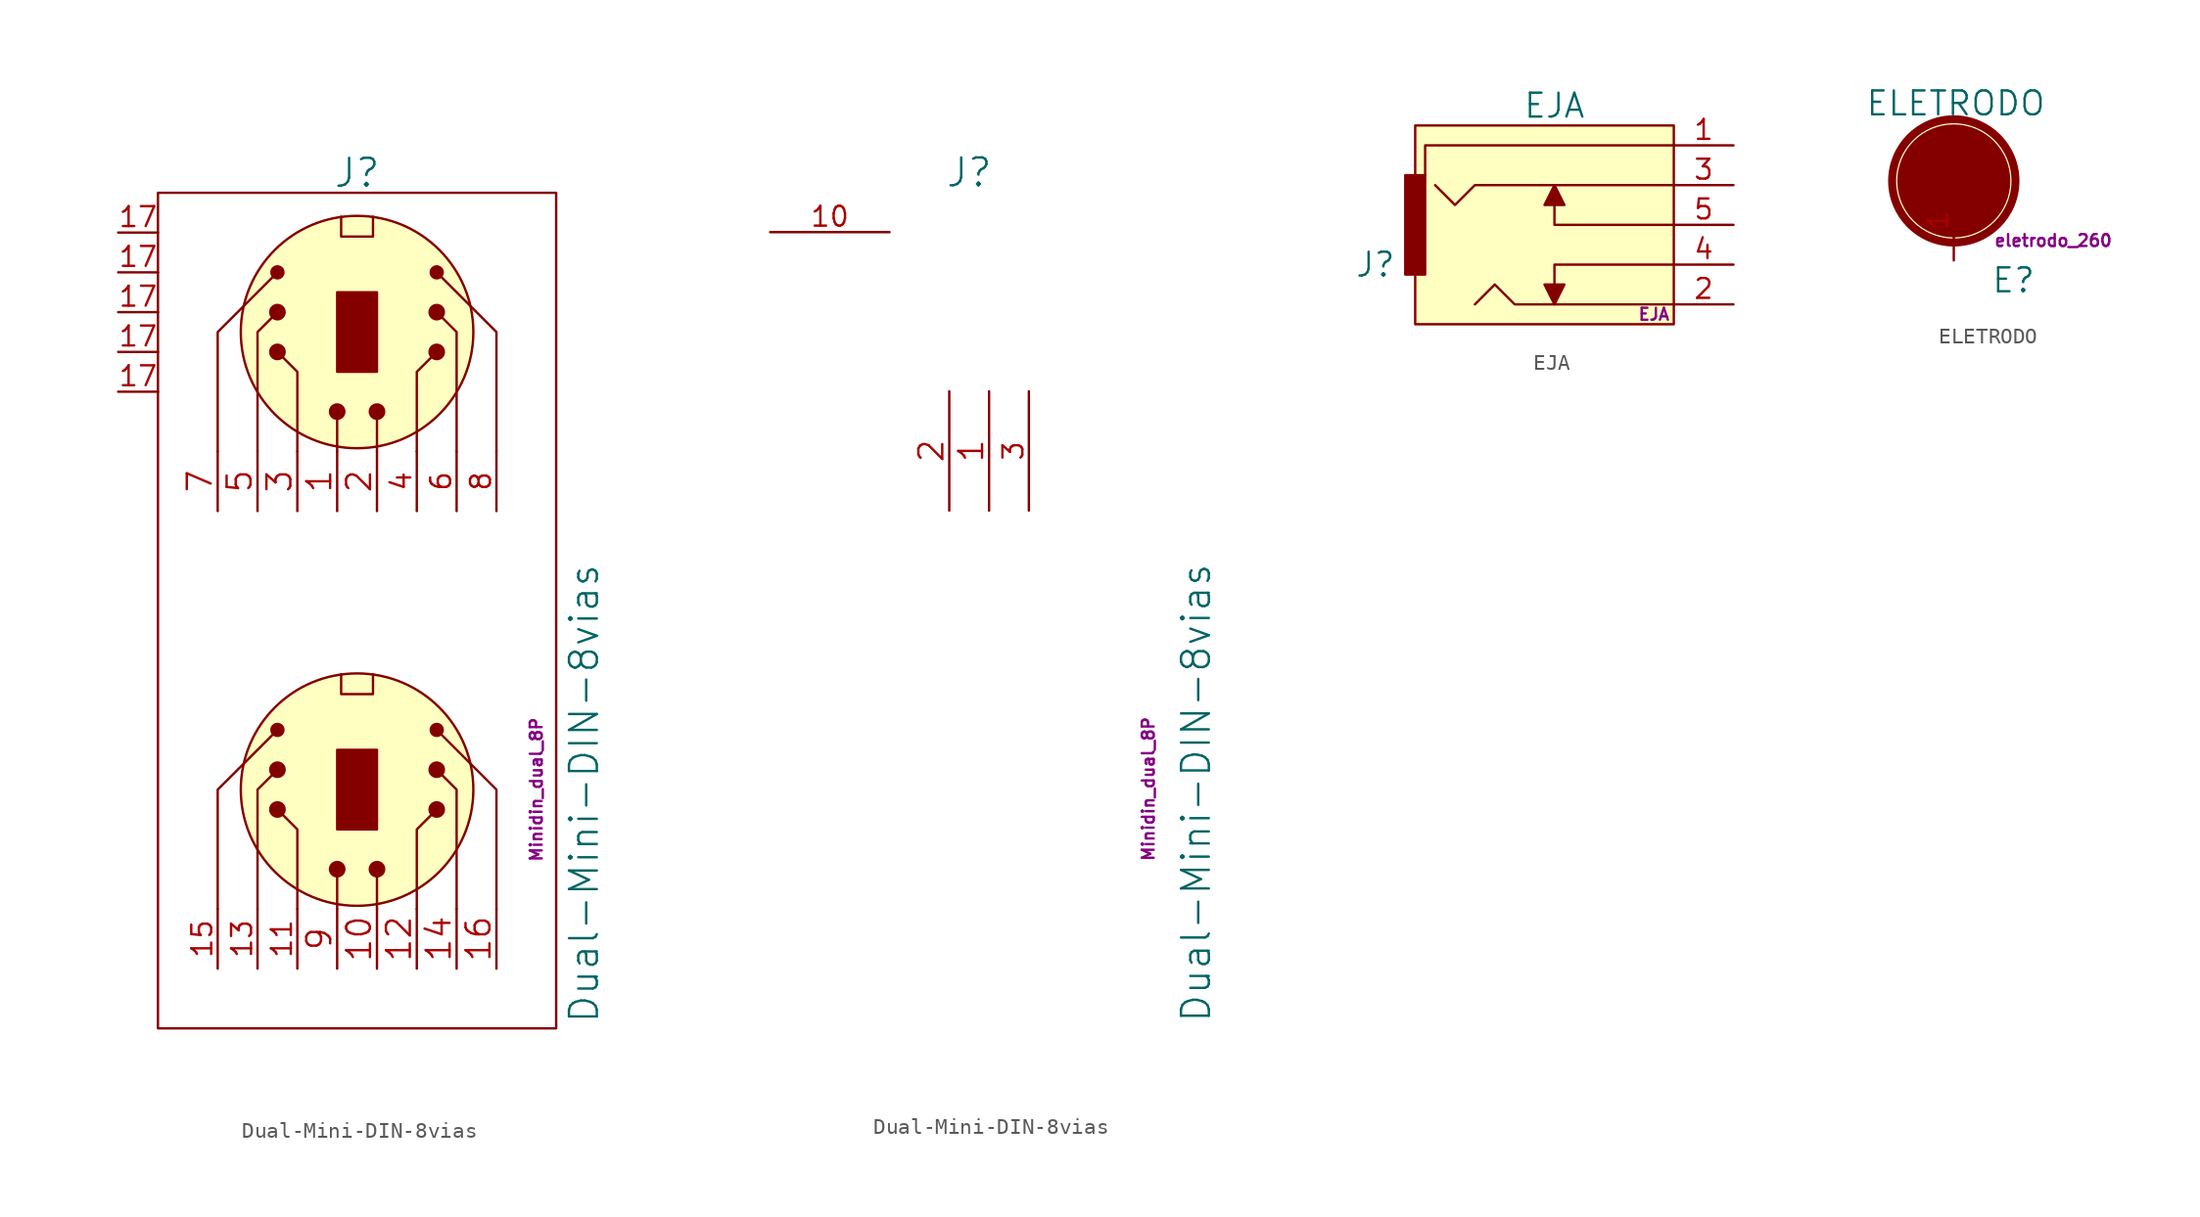
<source format=kicad_sym>
(kicad_symbol_lib
  (version 20220914)
  (generator kicad_symbol_editor)
  (symbol "Dual-Mini-DIN-8vias"
    (pin_names
      (offset 1.016) hide)
    (property "Reference" "J"
      (at 0 26.67 0)
      (effects (font (size 1.778 1.778))))
    (property "Value" "Dual-Mini-DIN-8vias"
      (at 14.478 -12.954 90)
      (effects (font (size 1.778 1.778))))
    (property "Footprint" "Minidin_dual_8P"
      (at 11.43 -12.7 90)
      (effects (font (size 0.762 0.762))))
    (property "Datasheet" ""
      (at 0 0 0)
      (effects (font (size 1.524 1.524))))
    (symbol "Dual-Mini-DIN-8vias_0_1"
      (rectangle (start -12.7 25.4) (end 12.7 -27.94) (stroke (width 0) (type default)) (fill (type none)))
      (circle (center -5.08 -13.97) (radius 0.457) (stroke (width 0) (type default)) (fill (type outline)))
      (circle (center -5.08 -11.43) (radius 0.457) (stroke (width 0) (type default)) (fill (type outline)))
      (circle (center -5.08 -8.89) (radius 0.381) (stroke (width 0) (type default)) (fill (type outline)))
      (circle (center -5.08 15.24) (radius 0.457) (stroke (width 0) (type default)) (fill (type outline)))
      (circle (center -5.08 17.78) (radius 0.457) (stroke (width 0) (type default)) (fill (type outline)))
      (circle (center -5.08 20.32) (radius 0.381) (stroke (width 0) (type default)) (fill (type outline)))
      (circle (center -1.27 -17.78) (radius 0.457) (stroke (width 0) (type default)) (fill (type outline)))
      (rectangle (start -1.27 -10.16) (end 1.27 -15.24) (stroke (width 0) (type default)) (fill (type outline)))
      (circle (center -1.27 11.43) (radius 0.457) (stroke (width 0) (type default)) (fill (type outline)))
      (rectangle (start -1.27 19.05) (end 1.27 13.97) (stroke (width 0) (type default)) (fill (type outline)))
      (circle (center 0 -12.7) (radius 7.417) (stroke (width 0) (type default)) (fill (type background)))
      (polyline (pts (xy -1.27 -20.32) (xy -1.27 -17.78)) (stroke (width 0) (type default)) (fill (type none)))
      (polyline (pts (xy -1.27 8.89) (xy -1.27 11.43)) (stroke (width 0) (type default)) (fill (type none)))
      (polyline (pts (xy 1.27 -20.32) (xy 1.27 -17.78)) (stroke (width 0) (type default)) (fill (type none)))
      (polyline (pts (xy 1.27 8.89) (xy 1.27 11.43)) (stroke (width 0) (type default)) (fill (type none)))
      (polyline (pts (xy -6.35 -20.32) (xy -6.35 -12.7) (xy -5.08 -11.43)) (stroke (width 0) (type default)) (fill (type none)))
      (polyline (pts (xy -6.35 8.89) (xy -6.35 16.51) (xy -5.08 17.78)) (stroke (width 0) (type default)) (fill (type none)))
      (polyline (pts (xy -5.08 -8.89) (xy -8.89 -12.7) (xy -8.89 -20.32)) (stroke (width 0) (type default)) (fill (type none)))
      (polyline (pts (xy -5.08 20.32) (xy -8.89 16.51) (xy -8.89 8.89)) (stroke (width 0) (type default)) (fill (type none)))
      (polyline (pts (xy -3.81 -20.32) (xy -3.81 -15.24) (xy -5.08 -13.97)) (stroke (width 0) (type default)) (fill (type none)))
      (polyline (pts (xy -3.81 8.89) (xy -3.81 13.97) (xy -5.08 15.24)) (stroke (width 0) (type default)) (fill (type none)))
      (polyline (pts (xy 3.81 -20.32) (xy 3.81 -15.24) (xy 5.08 -13.97)) (stroke (width 0) (type default)) (fill (type none)))
      (polyline (pts (xy 3.81 8.89) (xy 3.81 13.97) (xy 5.08 15.24)) (stroke (width 0) (type default)) (fill (type none)))
      (polyline (pts (xy 5.08 -8.89) (xy 8.89 -12.7) (xy 8.89 -20.32)) (stroke (width 0) (type default)) (fill (type none)))
      (polyline (pts (xy 5.08 20.32) (xy 8.89 16.51) (xy 8.89 8.89)) (stroke (width 0) (type default)) (fill (type none)))
      (polyline (pts (xy 6.35 -20.32) (xy 6.35 -12.7) (xy 5.08 -11.43)) (stroke (width 0) (type default)) (fill (type none)))
      (polyline (pts (xy 6.35 8.89) (xy 6.35 16.51) (xy 5.08 17.78)) (stroke (width 0) (type default)) (fill (type none)))
      (polyline (pts (xy -1.016 -5.334) (xy -1.016 -6.604) (xy 1.016 -6.604) (xy 1.016 -5.334)) (stroke (width 0) (type default)) (fill (type none)))
      (polyline (pts (xy -1.016 23.876) (xy -1.016 22.606) (xy 1.016 22.606) (xy 1.016 23.876)) (stroke (width 0) (type default)) (fill (type none)))
      (circle (center 0 16.51) (radius 7.417) (stroke (width 0) (type default)) (fill (type background)))
      (circle (center 1.27 -17.78) (radius 0.457) (stroke (width 0) (type default)) (fill (type outline)))
      (circle (center 1.27 11.43) (radius 0.457) (stroke (width 0) (type default)) (fill (type outline)))
      (circle (center 5.08 -13.97) (radius 0.457) (stroke (width 0) (type default)) (fill (type outline)))
      (circle (center 5.08 -11.43) (radius 0.457) (stroke (width 0) (type default)) (fill (type outline)))
      (circle (center 5.08 -8.89) (radius 0.381) (stroke (width 0) (type default)) (fill (type outline)))
      (circle (center 5.08 15.24) (radius 0.457) (stroke (width 0) (type default)) (fill (type outline)))
      (circle (center 5.08 17.78) (radius 0.457) (stroke (width 0) (type default)) (fill (type outline)))
      (circle (center 5.08 20.32) (radius 0.381) (stroke (width 0) (type default)) (fill (type outline))))
    (symbol "Dual-Mini-DIN-8vias_1_1"
      (pin bidirectional line (at -1.27 5.08 90) (length 3.81) (name "~" (effects (font (size 1.524 1.524)))) (number "1" (effects (font (size 1.524 1.524)))))
      (pin bidirectional line (at 1.27 -24.13 90) (length 3.81) (name "~" (effects (font (size 1.524 1.524)))) (number "10" (effects (font (size 1.524 1.524)))))
      (pin input line (at -3.81 -24.13 90) (length 3.81) (name "~" (effects (font (size 1.27 1.27)))) (number "11" (effects (font (size 1.27 1.27)))))
      (pin bidirectional line (at 3.81 -24.13 90) (length 3.81) (name "~" (effects (font (size 1.524 1.524)))) (number "12" (effects (font (size 1.524 1.524)))))
      (pin input line (at -6.35 -24.13 90) (length 3.81) (name "~" (effects (font (size 1.27 1.27)))) (number "13" (effects (font (size 1.27 1.27)))))
      (pin bidirectional line (at 6.35 -24.13 90) (length 3.81) (name "~" (effects (font (size 1.524 1.524)))) (number "14" (effects (font (size 1.524 1.524)))))
      (pin input line (at -8.89 -24.13 90) (length 3.81) (name "~" (effects (font (size 1.27 1.27)))) (number "15" (effects (font (size 1.27 1.27)))))
      (pin bidirectional line (at 8.89 -24.13 90) (length 3.81) (name "~" (effects (font (size 1.524 1.524)))) (number "16" (effects (font (size 1.524 1.524)))))
      (pin input line (at -15.24 12.7 0) (length 2.54) (name "S" (effects (font (size 1.27 1.27)))) (number "17" (effects (font (size 1.27 1.27)))))
      (pin input line (at -15.24 15.24 0) (length 2.54) (name "S" (effects (font (size 1.27 1.27)))) (number "17" (effects (font (size 1.27 1.27)))))
      (pin input line (at -15.24 17.78 0) (length 2.54) (name "S" (effects (font (size 1.27 1.27)))) (number "17" (effects (font (size 1.27 1.27)))))
      (pin input line (at -15.24 20.32 0) (length 2.54) (name "S" (effects (font (size 1.27 1.27)))) (number "17" (effects (font (size 1.27 1.27)))))
      (pin input line (at -15.24 22.86 0) (length 2.54) (name "S" (effects (font (size 1.27 1.27)))) (number "17" (effects (font (size 1.27 1.27)))))
      (pin bidirectional line (at 1.27 5.08 90) (length 3.81) (name "~" (effects (font (size 1.524 1.524)))) (number "2" (effects (font (size 1.524 1.524)))))
      (pin bidirectional line (at -3.81 5.08 90) (length 3.81) (name "~" (effects (font (size 1.524 1.524)))) (number "3" (effects (font (size 1.524 1.524)))))
      (pin input line (at 3.81 5.08 90) (length 3.81) (name "~" (effects (font (size 1.27 1.27)))) (number "4" (effects (font (size 1.27 1.27)))))
      (pin bidirectional line (at -6.35 5.08 90) (length 3.81) (name "~" (effects (font (size 1.524 1.524)))) (number "5" (effects (font (size 1.524 1.524)))))
      (pin input line (at 6.35 5.08 90) (length 3.81) (name "~" (effects (font (size 1.27 1.27)))) (number "6" (effects (font (size 1.27 1.27)))))
      (pin bidirectional line (at -8.89 5.08 90) (length 3.81) (name "~" (effects (font (size 1.524 1.524)))) (number "7" (effects (font (size 1.524 1.524)))))
      (pin input line (at 8.89 5.08 90) (length 3.81) (name "~" (effects (font (size 1.27 1.27)))) (number "8" (effects (font (size 1.27 1.27)))))
      (pin bidirectional line (at -1.27 -24.13 90) (length 3.81) (name "~" (effects (font (size 1.524 1.524)))) (number "9" (effects (font (size 1.524 1.524))))))
    (symbol "Dual-Mini-DIN-8vias_1_2"
      (pin bidirectional line (at 1.27 5.08 90) (length 7.62) (name "~" (effects (font (size 1.524 1.524)))) (number "1" (effects (font (size 1.524 1.524)))))
      (pin input line (at -12.7 22.86 0) (length 7.62) (name "S" (effects (font (size 1.27 1.27)))) (number "10" (effects (font (size 1.27 1.27)))))
      (pin bidirectional line (at -1.27 5.08 90) (length 7.62) (name "~" (effects (font (size 1.524 1.524)))) (number "2" (effects (font (size 1.524 1.524)))))
      (pin input line (at 3.81 5.08 90) (length 7.62) (name "~" (effects (font (size 1.27 1.27)))) (number "3" (effects (font (size 1.27 1.27)))))))
  (symbol "EJA"
    (pin_names
      (offset 1.016))
    (property "Reference" "J"
      (at -11.43 -2.54 0)
      (effects (font (size 1.524 1.524))))
    (property "Value" "EJA"
      (at 0 7.62 0)
      (effects (font (size 1.524 1.524))))
    (property "Footprint" "EJA"
      (at 6.35 -5.715 0)
      (effects (font (size 0.762 0.762))))
    (property "Datasheet" ""
      (at 0 2.54 0)
      (effects (font (size 1.524 1.524))))
    (symbol "EJA_0_1"
      (rectangle (start -9.525 3.175) (end -8.255 -3.175) (stroke (width 0) (type default)) (fill (type outline)))
      (polyline (pts (xy -8.255 3.175) (xy -8.255 5.08) (xy 7.62 5.08)) (stroke (width 0) (type default)) (fill (type none)))
      (polyline (pts (xy 7.62 -2.54) (xy 0 -2.54) (xy 0 -3.81)) (stroke (width 0) (type default)) (fill (type none)))
      (polyline (pts (xy 7.62 0) (xy 0 0) (xy 0 1.27)) (stroke (width 0) (type default)) (fill (type none)))
      (polyline (pts (xy 0 -5.08) (xy -0.635 -3.81) (xy 0.635 -3.81) (xy 0 -5.08)) (stroke (width 0) (type default)) (fill (type outline)))
      (polyline (pts (xy 0 2.54) (xy -0.635 1.27) (xy 0.635 1.27) (xy 0 2.54)) (stroke (width 0) (type default)) (fill (type outline)))
      (polyline (pts (xy 7.62 -5.08) (xy -2.54 -5.08) (xy -3.81 -3.81) (xy -5.08 -5.08)) (stroke (width 0) (type default)) (fill (type none)))
      (polyline (pts (xy 7.62 2.54) (xy -5.08 2.54) (xy -6.35 1.27) (xy -7.62 2.54)) (stroke (width 0) (type default)) (fill (type none)))
      (rectangle (start 7.62 6.35) (end -8.89 -6.35) (stroke (width 0) (type default)) (fill (type background))))
    (symbol "EJA_1_1"
      (pin passive line (at 11.43 5.08 180) (length 3.81) (name "~" (effects (font (size 1.27 1.27)))) (number "1" (effects (font (size 1.27 1.27)))))
      (pin passive line (at 11.43 -5.08 180) (length 3.81) (name "~" (effects (font (size 1.27 1.27)))) (number "2" (effects (font (size 1.27 1.27)))))
      (pin passive line (at 11.43 2.54 180) (length 3.81) (name "~" (effects (font (size 1.27 1.27)))) (number "3" (effects (font (size 1.27 1.27)))))
      (pin passive line (at 11.43 -2.54 180) (length 3.81) (name "~" (effects (font (size 1.27 1.27)))) (number "4" (effects (font (size 1.27 1.27)))))
      (pin passive line (at 11.43 0 180) (length 3.81) (name "~" (effects (font (size 1.27 1.27)))) (number "5" (effects (font (size 1.27 1.27)))))))
  (symbol "ELETRODO"
    (pin_names
      (offset 1.016))
    (property "Reference" "E"
      (at 3.81 -6.35 0)
      (effects (font (size 1.524 1.524))))
    (property "Value" "ELETRODO"
      (at 0.127 4.953 0)
      (effects (font (size 1.524 1.524))))
    (property "Footprint" "eletrodo_260"
      (at 6.35 -3.81 0)
      (effects (font (size 0.762 0.762))))
    (property "Datasheet" ""
      (at 0 0 0)
      (effects (font (size 1.524 1.524))))
    (symbol "ELETRODO_0_1"
      (circle (center 0 0) (radius 3.353) (stroke (width 0.508) (type default)) (fill (type outline)))
      (circle (center 0 0) (radius 3.937) (stroke (width 0.508) (type default)) (fill (type background))))
    (symbol "ELETRODO_1_1"
      (pin input line (at 0 -5.08 90) (length 5.08) (name "~" (effects (font (size 2.54 2.54)))) (number "1" (effects (font (size 1.27 1.27))))))))
</source>
